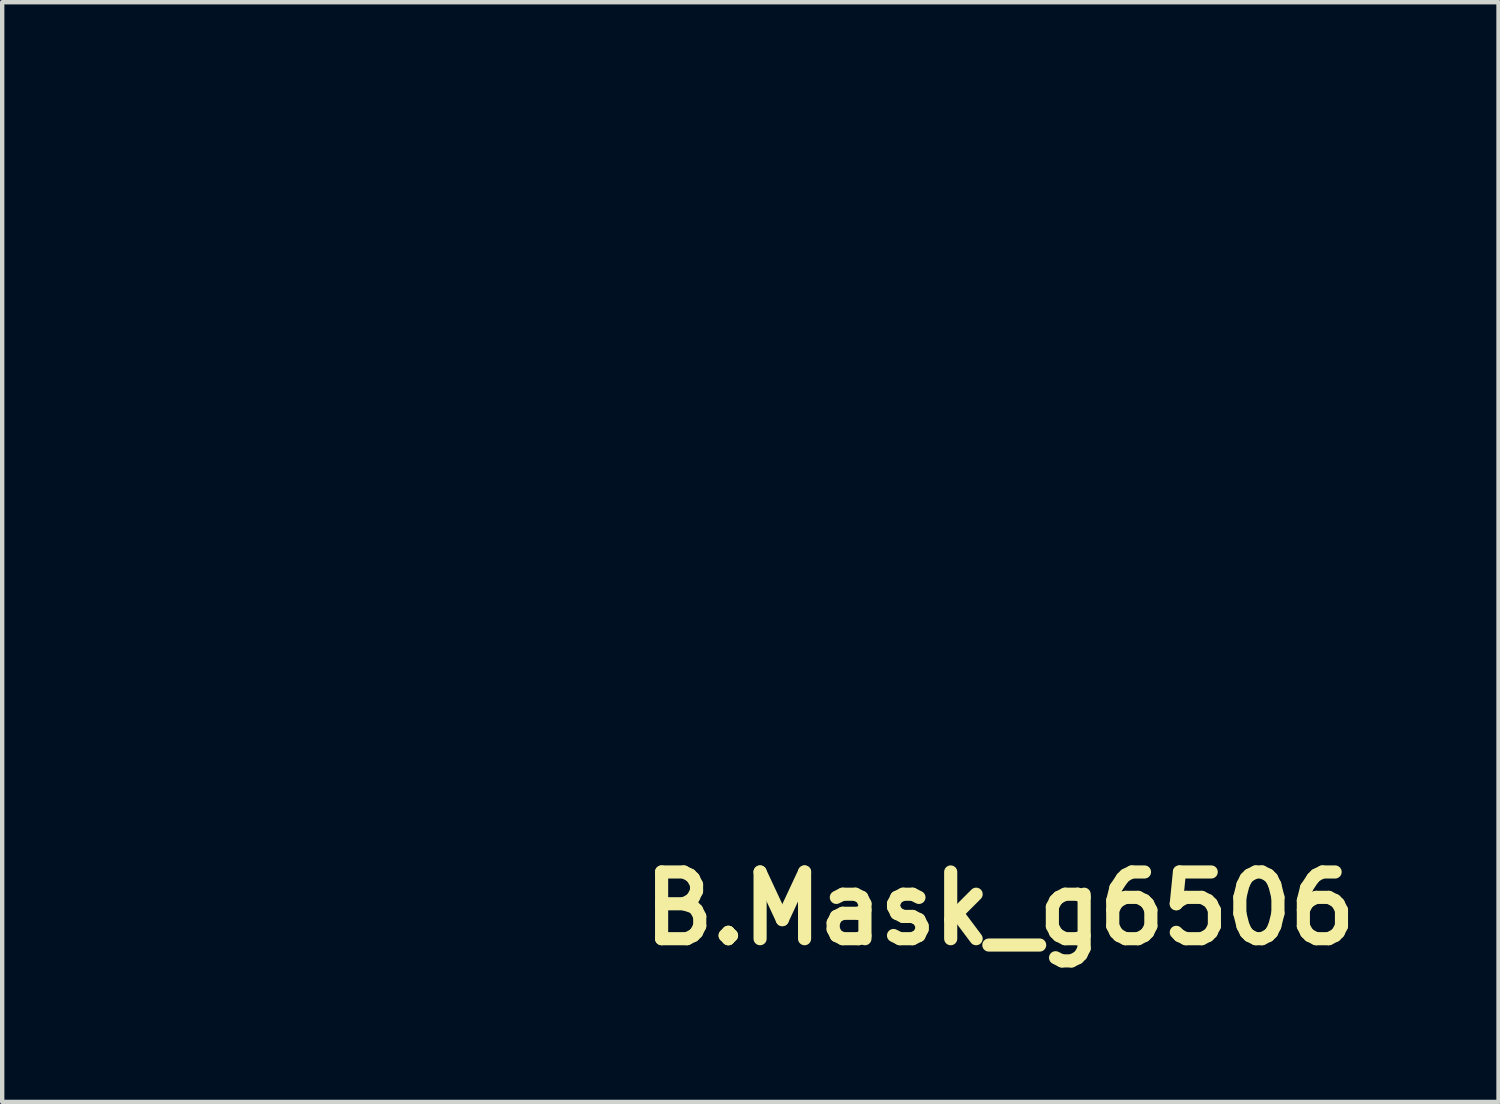
<source format=kicad_pcb>
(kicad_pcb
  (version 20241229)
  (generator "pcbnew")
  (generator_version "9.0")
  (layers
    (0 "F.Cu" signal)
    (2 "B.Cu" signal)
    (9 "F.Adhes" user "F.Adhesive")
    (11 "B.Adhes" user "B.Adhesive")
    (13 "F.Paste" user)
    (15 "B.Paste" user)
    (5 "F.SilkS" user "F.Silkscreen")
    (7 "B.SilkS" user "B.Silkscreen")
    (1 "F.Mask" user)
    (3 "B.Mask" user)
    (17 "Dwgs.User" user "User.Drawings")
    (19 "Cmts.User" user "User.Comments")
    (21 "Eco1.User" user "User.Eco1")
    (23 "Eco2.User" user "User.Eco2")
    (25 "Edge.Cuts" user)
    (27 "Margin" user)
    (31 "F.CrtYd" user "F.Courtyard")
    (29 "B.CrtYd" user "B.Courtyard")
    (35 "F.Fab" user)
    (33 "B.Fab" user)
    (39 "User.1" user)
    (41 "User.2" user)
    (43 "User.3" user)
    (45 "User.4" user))
  (footprint "B.Mask_g6506"
    (layer "F.Cu")
    (at 19.792 17.703)
    (property "Reference" "B.Mask_g6506" (at 0 0 0) (layer "F.SilkS") (effects (font (size 1.524 1.524) (thickness 0.3))))
    (attr through_hole)
    (fp_poly (pts (xy -12.852 -15.418) (xy -12.497 -15.418) (xy -12.497 -15.773) (xy -12.294 -15.773) (xy -12.294 -14.884) (xy -12.497 -14.884) (xy -12.497 -15.24) (xy -12.852 -15.24) (xy -12.852 -14.884) (xy -13.056 -14.884) (xy -13.056 -15.773) (xy -12.852 -15.773) (xy -12.852 -15.418)) (stroke (width 0.01) (type solid)) (fill yes) (layer "B.Mask"))
    (fp_poly (pts (xy -17.911 -15.403) (xy -17.92 -15.033) (xy -18.003 -14.958) (xy -18.055 -14.917) (xy -18.107 -14.895) (xy -18.176 -14.886) (xy -18.25 -14.884) (xy -18.415 -14.884) (xy -18.415 -15.06) (xy -18.269 -15.067) (xy -18.123 -15.075) (xy -18.116 -15.424) (xy -18.109 -15.773) (xy -17.903 -15.773) (xy -17.911 -15.403)) (stroke (width 0.01) (type solid)) (fill yes) (layer "B.Mask"))
    (fp_poly (pts (xy -14.396 -17.293) (xy -14.33 -17.274) (xy -14.287 -17.234) (xy -14.263 -17.165) (xy -14.252 -17.06) (xy -14.249 -16.929) (xy -14.249 -16.662) (xy -14.453 -16.662) (xy -14.453 -17.145) (xy -14.541 -17.145) (xy -14.601 -17.149) (xy -14.626 -17.171) (xy -14.63 -17.221) (xy -14.628 -17.265) (xy -14.613 -17.287) (xy -14.572 -17.296) (xy -14.493 -17.297) (xy -14.491 -17.297) (xy -14.396 -17.293)) (stroke (width 0.01) (type solid)) (fill yes) (layer "B.Mask"))
    (fp_poly (pts (xy -17.327 -15.403) (xy -17.335 -15.033) (xy -17.418 -14.958) (xy -17.471 -14.917) (xy -17.522 -14.895) (xy -17.592 -14.886) (xy -17.666 -14.884) (xy -17.831 -14.884) (xy -17.831 -15.062) (xy -17.709 -15.062) (xy -17.63 -15.068) (xy -17.572 -15.083) (xy -17.556 -15.093) (xy -17.541 -15.134) (xy -17.532 -15.223) (xy -17.527 -15.361) (xy -17.526 -15.448) (xy -17.526 -15.773) (xy -17.319 -15.773) (xy -17.327 -15.403)) (stroke (width 0.01) (type solid)) (fill yes) (layer "B.Mask"))
    (fp_poly (pts (xy -16.731 -15.103) (xy -16.693 -15.083) (xy -16.668 -15.03) (xy -16.664 -14.961) (xy -16.682 -14.903) (xy -16.689 -14.894) (xy -16.702 -14.85) (xy -16.689 -14.798) (xy -16.67 -14.74) (xy -16.662 -14.705) (xy -16.684 -14.689) (xy -16.732 -14.682) (xy -16.786 -14.684) (xy -16.821 -14.697) (xy -16.823 -14.7) (xy -16.836 -14.734) (xy -16.858 -14.799) (xy -16.875 -14.854) (xy -16.899 -14.975) (xy -16.889 -15.058) (xy -16.846 -15.104) (xy -16.795 -15.113) (xy -16.731 -15.103)) (stroke (width 0.01) (type solid)) (fill yes) (layer "B.Mask"))
    (fp_poly (pts (xy -16.688 -17.087) (xy -16.684 -16.964) (xy -16.671 -16.883) (xy -16.646 -16.837) (xy -16.603 -16.817) (xy -16.57 -16.815) (xy -16.508 -16.826) (xy -16.467 -16.864) (xy -16.444 -16.936) (xy -16.434 -17.049) (xy -16.434 -17.096) (xy -16.434 -17.297) (xy -16.256 -17.297) (xy -16.256 -17.057) (xy -16.257 -16.943) (xy -16.262 -16.867) (xy -16.273 -16.815) (xy -16.294 -16.776) (xy -16.327 -16.736) (xy -16.386 -16.682) (xy -16.453 -16.655) (xy -16.524 -16.646) (xy -16.66 -16.652) (xy -16.73 -16.677) (xy -16.804 -16.732) (xy -16.854 -16.814) (xy -16.882 -16.929) (xy -16.891 -17.086) (xy -16.891 -17.092) (xy -16.891 -17.297) (xy -16.688 -17.297) (xy -16.688 -17.087)) (stroke (width 0.01) (type solid)) (fill yes) (layer "B.Mask"))
    (fp_poly (pts (xy -17.19 -17.277) (xy -17.089 -17.217) (xy -17.021 -17.124) (xy -16.993 -17.001) (xy -16.993 -16.98) (xy -17.014 -16.853) (xy -17.076 -16.755) (xy -17.173 -16.69) (xy -17.3 -16.663) (xy -17.322 -16.662) (xy -17.387 -16.665) (xy -17.417 -16.681) (xy -17.424 -16.721) (xy -17.424 -16.739) (xy -17.418 -16.793) (xy -17.389 -16.813) (xy -17.36 -16.815) (xy -17.297 -16.833) (xy -17.233 -16.878) (xy -17.185 -16.935) (xy -17.17 -16.98) (xy -17.192 -17.035) (xy -17.243 -17.09) (xy -17.308 -17.132) (xy -17.36 -17.145) (xy -17.406 -17.153) (xy -17.423 -17.187) (xy -17.424 -17.221) (xy -17.42 -17.27) (xy -17.399 -17.292) (xy -17.346 -17.297) (xy -17.322 -17.297) (xy -17.19 -17.277)) (stroke (width 0.01) (type solid)) (fill yes) (layer "B.Mask"))
    (fp_poly (pts (xy -18.9 -15.769) (xy -18.74 -15.737) (xy -18.615 -15.67) (xy -18.527 -15.569) (xy -18.478 -15.439) (xy -18.471 -15.292) (xy -18.503 -15.144) (xy -18.575 -15.026) (xy -18.683 -14.942) (xy -18.822 -14.894) (xy -18.929 -14.885) (xy -19.05 -14.884) (xy -19.05 -14.973) (xy -19.046 -15.033) (xy -19.024 -15.057) (xy -18.969 -15.062) (xy -18.96 -15.062) (xy -18.858 -15.078) (xy -18.765 -15.119) (xy -18.702 -15.177) (xy -18.695 -15.188) (xy -18.677 -15.246) (xy -18.669 -15.323) (xy -18.669 -15.329) (xy -18.676 -15.405) (xy -18.693 -15.467) (xy -18.695 -15.47) (xy -18.752 -15.53) (xy -18.84 -15.574) (xy -18.942 -15.595) (xy -18.96 -15.596) (xy -19.02 -15.599) (xy -19.045 -15.62) (xy -19.05 -15.674) (xy -19.05 -15.688) (xy -19.05 -15.78) (xy -18.9 -15.769)) (stroke (width 0.01) (type solid)) (fill yes) (layer "B.Mask"))
    (fp_poly (pts (xy -15.115 -15.769) (xy -14.956 -15.737) (xy -14.831 -15.67) (xy -14.742 -15.569) (xy -14.694 -15.439) (xy -14.686 -15.292) (xy -14.719 -15.144) (xy -14.791 -15.026) (xy -14.898 -14.942) (xy -15.038 -14.894) (xy -15.145 -14.885) (xy -15.265 -14.884) (xy -15.265 -14.973) (xy -15.262 -15.033) (xy -15.24 -15.057) (xy -15.184 -15.062) (xy -15.175 -15.062) (xy -15.073 -15.078) (xy -14.981 -15.119) (xy -14.917 -15.177) (xy -14.911 -15.188) (xy -14.893 -15.246) (xy -14.884 -15.323) (xy -14.884 -15.329) (xy -14.892 -15.405) (xy -14.909 -15.467) (xy -14.911 -15.47) (xy -14.967 -15.53) (xy -15.056 -15.574) (xy -15.157 -15.595) (xy -15.175 -15.596) (xy -15.235 -15.599) (xy -15.26 -15.62) (xy -15.265 -15.674) (xy -15.265 -15.688) (xy -15.265 -15.78) (xy -15.115 -15.769)) (stroke (width 0.01) (type solid)) (fill yes) (layer "B.Mask"))
    (fp_poly (pts (xy -19.583 -17.087) (xy -19.58 -16.964) (xy -19.567 -16.883) (xy -19.541 -16.837) (xy -19.499 -16.817) (xy -19.466 -16.815) (xy -19.404 -16.826) (xy -19.363 -16.864) (xy -19.339 -16.936) (xy -19.33 -17.049) (xy -19.329 -17.096) (xy -19.329 -17.297) (xy -19.152 -17.297) (xy -19.152 -17.058) (xy -19.153 -16.944) (xy -19.158 -16.867) (xy -19.17 -16.815) (xy -19.191 -16.774) (xy -19.217 -16.741) (xy -19.268 -16.691) (xy -19.311 -16.664) (xy -19.319 -16.662) (xy -19.342 -16.646) (xy -19.353 -16.592) (xy -19.355 -16.535) (xy -19.355 -16.408) (xy -19.558 -16.408) (xy -19.558 -16.53) (xy -19.561 -16.605) (xy -19.576 -16.646) (xy -19.611 -16.671) (xy -19.635 -16.68) (xy -19.703 -16.726) (xy -19.751 -16.807) (xy -19.778 -16.927) (xy -19.787 -17.091) (xy -19.787 -17.093) (xy -19.787 -17.297) (xy -19.583 -17.297) (xy -19.583 -17.087)) (stroke (width 0.01) (type solid)) (fill yes) (layer "B.Mask"))
    (fp_poly (pts (xy -14.914 -17.302) (xy -14.807 -17.249) (xy -14.718 -17.157) (xy -14.706 -17.139) (xy -14.664 -17.027) (xy -14.666 -16.914) (xy -14.707 -16.809) (xy -14.78 -16.722) (xy -14.88 -16.662) (xy -15.002 -16.637) (xy -15.011 -16.637) (xy -15.097 -16.65) (xy -15.182 -16.681) (xy -15.188 -16.683) (xy -15.284 -16.762) (xy -15.344 -16.866) (xy -15.362 -16.98) (xy -15.164 -16.98) (xy -15.143 -16.899) (xy -15.089 -16.839) (xy -15.014 -16.815) (xy -15.011 -16.815) (xy -14.933 -16.837) (xy -14.899 -16.871) (xy -14.865 -16.953) (xy -14.869 -17.034) (xy -14.907 -17.101) (xy -14.972 -17.14) (xy -15.011 -17.145) (xy -15.086 -17.122) (xy -15.141 -17.063) (xy -15.164 -16.983) (xy -15.164 -16.98) (xy -15.362 -16.98) (xy -15.362 -16.985) (xy -15.337 -17.108) (xy -15.321 -17.143) (xy -15.244 -17.239) (xy -15.143 -17.298) (xy -15.03 -17.319) (xy -14.914 -17.302)) (stroke (width 0.01) (type solid)) (fill yes) (layer "B.Mask"))
    (fp_poly (pts (xy -13.369 -15.525) (xy -13.263 -15.467) (xy -13.194 -15.375) (xy -13.162 -15.251) (xy -13.164 -15.158) (xy -13.196 -15.04) (xy -13.263 -14.947) (xy -13.355 -14.888) (xy -13.464 -14.869) (xy -13.525 -14.877) (xy -13.584 -14.9) (xy -13.608 -14.916) (xy -13.635 -14.927) (xy -13.64 -14.913) (xy -13.663 -14.894) (xy -13.721 -14.885) (xy -13.741 -14.884) (xy -13.843 -14.884) (xy -13.843 -15.089) (xy -13.834 -15.215) (xy -13.64 -15.215) (xy -13.622 -15.128) (xy -13.576 -15.068) (xy -13.512 -15.041) (xy -13.441 -15.055) (xy -13.407 -15.079) (xy -13.374 -15.136) (xy -13.361 -15.213) (xy -13.369 -15.29) (xy -13.399 -15.342) (xy -13.471 -15.375) (xy -13.544 -15.366) (xy -13.604 -15.322) (xy -13.637 -15.249) (xy -13.64 -15.215) (xy -13.834 -15.215) (xy -13.83 -15.26) (xy -13.791 -15.389) (xy -13.724 -15.478) (xy -13.628 -15.529) (xy -13.507 -15.545) (xy -13.369 -15.525)) (stroke (width 0.01) (type solid)) (fill yes) (layer "B.Mask"))
    (fp_poly (pts (xy -18.364 -17.219) (xy -18.365 -17.068) (xy -18.369 -16.958) (xy -18.377 -16.881) (xy -18.389 -16.827) (xy -18.407 -16.788) (xy -18.408 -16.787) (xy -18.484 -16.704) (xy -18.589 -16.654) (xy -18.71 -16.64) (xy -18.833 -16.665) (xy -18.872 -16.681) (xy -18.953 -16.748) (xy -19.012 -16.846) (xy -19.042 -16.96) (xy -19.041 -16.98) (xy -18.847 -16.98) (xy -18.827 -16.904) (xy -18.778 -16.847) (xy -18.713 -16.817) (xy -18.645 -16.819) (xy -18.591 -16.855) (xy -18.567 -16.908) (xy -18.557 -16.98) (xy -18.557 -16.98) (xy -18.574 -17.073) (xy -18.624 -17.129) (xy -18.696 -17.145) (xy -18.769 -17.122) (xy -18.824 -17.064) (xy -18.847 -16.984) (xy -18.847 -16.98) (xy -19.041 -16.98) (xy -19.039 -17.054) (xy -18.999 -17.16) (xy -18.928 -17.244) (xy -18.837 -17.3) (xy -18.738 -17.323) (xy -18.64 -17.306) (xy -18.606 -17.287) (xy -18.542 -17.245) (xy -18.542 -17.577) (xy -18.364 -17.577) (xy -18.364 -17.219)) (stroke (width 0.01) (type solid)) (fill yes) (layer "B.Mask"))
    (fp_poly (pts (xy -13.709 -17.306) (xy -13.657 -17.288) (xy -13.587 -17.248) (xy -13.535 -17.191) (xy -13.498 -17.108) (xy -13.476 -16.995) (xy -13.465 -16.843) (xy -13.463 -16.707) (xy -13.462 -16.383) (xy -13.665 -16.383) (xy -13.665 -16.687) (xy -13.73 -16.662) (xy -13.849 -16.64) (xy -13.961 -16.66) (xy -14.056 -16.718) (xy -14.109 -16.789) (xy -14.132 -16.859) (xy -14.146 -16.952) (xy -14.147 -16.98) (xy -13.955 -16.98) (xy -13.945 -16.909) (xy -13.921 -16.855) (xy -13.921 -16.855) (xy -13.863 -16.82) (xy -13.79 -16.819) (xy -13.724 -16.85) (xy -13.705 -16.871) (xy -13.671 -16.953) (xy -13.676 -17.034) (xy -13.713 -17.1) (xy -13.777 -17.14) (xy -13.816 -17.145) (xy -13.894 -17.125) (xy -13.941 -17.066) (xy -13.955 -16.98) (xy -14.147 -16.98) (xy -14.148 -16.992) (xy -14.142 -17.079) (xy -14.119 -17.142) (xy -14.068 -17.207) (xy -14.064 -17.211) (xy -13.962 -17.288) (xy -13.841 -17.32) (xy -13.709 -17.306)) (stroke (width 0.01) (type solid)) (fill yes) (layer "B.Mask"))
    (fp_poly (pts (xy -15.567 -15.528) (xy -15.471 -15.477) (xy -15.4 -15.395) (xy -15.355 -15.29) (xy -15.347 -15.174) (xy -15.371 -15.061) (xy -15.427 -14.967) (xy -15.474 -14.925) (xy -15.554 -14.888) (xy -15.643 -14.869) (xy -15.716 -14.874) (xy -15.723 -14.876) (xy -15.773 -14.905) (xy -15.805 -14.93) (xy -15.839 -14.955) (xy -15.849 -14.943) (xy -15.85 -14.926) (xy -15.865 -14.896) (xy -15.916 -14.885) (xy -15.938 -14.884) (xy -16.027 -14.884) (xy -16.027 -15.09) (xy -16.017 -15.255) (xy -15.82 -15.255) (xy -15.819 -15.175) (xy -15.794 -15.102) (xy -15.747 -15.051) (xy -15.699 -15.037) (xy -15.648 -15.051) (xy -15.601 -15.076) (xy -15.555 -15.136) (xy -15.545 -15.198) (xy -15.562 -15.294) (xy -15.611 -15.354) (xy -15.684 -15.373) (xy -15.751 -15.358) (xy -15.79 -15.327) (xy -15.82 -15.255) (xy -16.017 -15.255) (xy -16.016 -15.26) (xy -15.982 -15.387) (xy -15.921 -15.474) (xy -15.832 -15.525) (xy -15.711 -15.544) (xy -15.692 -15.544) (xy -15.567 -15.528)) (stroke (width 0.01) (type solid)) (fill yes) (layer "B.Mask"))
    (fp_poly (pts (xy -13.97 -14.884) (xy -14.173 -14.884) (xy -14.173 -15.011) (xy -14.175 -15.087) (xy -14.186 -15.125) (xy -14.211 -15.137) (xy -14.231 -15.138) (xy -14.32 -15.117) (xy -14.38 -15.058) (xy -14.402 -14.972) (xy -14.402 -14.972) (xy -14.405 -14.916) (xy -14.424 -14.891) (xy -14.474 -14.885) (xy -14.503 -14.884) (xy -14.568 -14.887) (xy -14.597 -14.904) (xy -14.605 -14.947) (xy -14.605 -14.975) (xy -14.59 -15.073) (xy -14.552 -15.163) (xy -14.5 -15.227) (xy -14.486 -15.236) (xy -14.465 -15.254) (xy -14.465 -15.281) (xy -14.489 -15.329) (xy -14.524 -15.385) (xy -14.568 -15.456) (xy -14.597 -15.508) (xy -14.605 -15.528) (xy -14.582 -15.539) (xy -14.526 -15.544) (xy -14.506 -15.545) (xy -14.448 -15.541) (xy -14.406 -15.522) (xy -14.366 -15.478) (xy -14.326 -15.418) (xy -14.269 -15.336) (xy -14.227 -15.295) (xy -14.199 -15.298) (xy -14.183 -15.346) (xy -14.175 -15.442) (xy -14.173 -15.545) (xy -14.173 -15.799) (xy -13.97 -15.799) (xy -13.97 -14.884)) (stroke (width 0.01) (type solid)) (fill yes) (layer "B.Mask"))
    (fp_poly (pts (xy -16.242 -15.694) (xy -16.213 -15.678) (xy -16.205 -15.637) (xy -16.205 -15.621) (xy -16.197 -15.565) (xy -16.168 -15.546) (xy -16.154 -15.545) (xy -16.119 -15.535) (xy -16.105 -15.496) (xy -16.104 -15.456) (xy -16.109 -15.395) (xy -16.131 -15.37) (xy -16.154 -15.367) (xy -16.181 -15.362) (xy -16.196 -15.342) (xy -16.203 -15.294) (xy -16.205 -15.208) (xy -16.205 -15.181) (xy -16.213 -15.052) (xy -16.24 -14.965) (xy -16.291 -14.913) (xy -16.374 -14.889) (xy -16.454 -14.884) (xy -16.586 -14.884) (xy -16.586 -14.973) (xy -16.582 -15.033) (xy -16.56 -15.057) (xy -16.504 -15.062) (xy -16.497 -15.062) (xy -16.408 -15.062) (xy -16.408 -15.367) (xy -16.497 -15.367) (xy -16.557 -15.371) (xy -16.581 -15.393) (xy -16.586 -15.449) (xy -16.586 -15.456) (xy -16.582 -15.515) (xy -16.56 -15.54) (xy -16.504 -15.545) (xy -16.497 -15.545) (xy -16.438 -15.549) (xy -16.413 -15.571) (xy -16.408 -15.621) (xy -16.404 -15.67) (xy -16.383 -15.692) (xy -16.329 -15.697) (xy -16.307 -15.697) (xy -16.242 -15.694)) (stroke (width 0.01) (type solid)) (fill yes) (layer "B.Mask"))
    (fp_poly (pts (xy -17.588 -17.473) (xy -17.559 -17.456) (xy -17.552 -17.413) (xy -17.551 -17.386) (xy -17.546 -17.325) (xy -17.524 -17.3) (xy -17.501 -17.297) (xy -17.463 -17.285) (xy -17.45 -17.241) (xy -17.45 -17.221) (xy -17.458 -17.165) (xy -17.488 -17.145) (xy -17.498 -17.145) (xy -17.522 -17.139) (xy -17.538 -17.116) (xy -17.547 -17.065) (xy -17.554 -16.976) (xy -17.555 -16.94) (xy -17.565 -16.817) (xy -17.587 -16.737) (xy -17.627 -16.69) (xy -17.693 -16.668) (xy -17.794 -16.662) (xy -17.798 -16.662) (xy -17.876 -16.664) (xy -17.916 -16.673) (xy -17.93 -16.697) (xy -17.932 -16.739) (xy -17.927 -16.79) (xy -17.902 -16.811) (xy -17.843 -16.815) (xy -17.755 -16.815) (xy -17.755 -17.145) (xy -17.843 -17.145) (xy -17.903 -17.149) (xy -17.928 -17.171) (xy -17.932 -17.221) (xy -17.927 -17.272) (xy -17.902 -17.293) (xy -17.843 -17.297) (xy -17.784 -17.301) (xy -17.759 -17.324) (xy -17.755 -17.38) (xy -17.755 -17.386) (xy -17.752 -17.443) (xy -17.733 -17.469) (xy -17.683 -17.475) (xy -17.653 -17.475) (xy -17.588 -17.473)) (stroke (width 0.01) (type solid)) (fill yes) (layer "B.Mask"))
    (fp_poly (pts (xy -15.926 -17.422) (xy -15.924 -17.337) (xy -15.918 -17.293) (xy -15.903 -17.281) (xy -15.881 -17.288) (xy -15.83 -17.3) (xy -15.752 -17.308) (xy -15.714 -17.309) (xy -15.632 -17.304) (xy -15.577 -17.283) (xy -15.524 -17.235) (xy -15.518 -17.228) (xy -15.467 -17.153) (xy -15.432 -17.071) (xy -15.429 -17.056) (xy -15.428 -16.957) (xy -15.456 -16.851) (xy -15.503 -16.757) (xy -15.561 -16.696) (xy -15.652 -16.659) (xy -15.765 -16.645) (xy -15.876 -16.654) (xy -15.94 -16.675) (xy -15.999 -16.711) (xy -16.043 -16.756) (xy -16.072 -16.817) (xy -16.091 -16.902) (xy -16.097 -16.98) (xy -15.911 -16.98) (xy -15.901 -16.909) (xy -15.877 -16.855) (xy -15.877 -16.855) (xy -15.819 -16.82) (xy -15.746 -16.819) (xy -15.68 -16.85) (xy -15.661 -16.871) (xy -15.627 -16.953) (xy -15.631 -17.034) (xy -15.668 -17.1) (xy -15.732 -17.14) (xy -15.772 -17.145) (xy -15.85 -17.125) (xy -15.897 -17.066) (xy -15.911 -16.98) (xy -16.097 -16.98) (xy -16.1 -17.019) (xy -16.104 -17.178) (xy -16.104 -17.219) (xy -16.104 -17.577) (xy -15.926 -17.577) (xy -15.926 -17.422)) (stroke (width 0.01) (type solid)) (fill yes) (layer "B.Mask"))
    (fp_poly (pts (xy -12.558 -17.521) (xy -12.539 -17.505) (xy -12.519 -17.469) (xy -12.485 -17.396) (xy -12.443 -17.296) (xy -12.395 -17.178) (xy -12.346 -17.054) (xy -12.3 -16.933) (xy -12.261 -16.825) (xy -12.232 -16.741) (xy -12.218 -16.691) (xy -12.217 -16.685) (xy -12.24 -16.671) (xy -12.296 -16.663) (xy -12.317 -16.662) (xy -12.384 -16.668) (xy -12.42 -16.691) (xy -12.442 -16.739) (xy -12.458 -16.777) (xy -12.478 -16.8) (xy -12.517 -16.811) (xy -12.585 -16.814) (xy -12.662 -16.815) (xy -12.76 -16.814) (xy -12.819 -16.809) (xy -12.852 -16.795) (xy -12.87 -16.769) (xy -12.882 -16.739) (xy -12.904 -16.691) (xy -12.937 -16.669) (xy -12.999 -16.663) (xy -13.02 -16.662) (xy -13.087 -16.664) (xy -13.127 -16.667) (xy -13.131 -16.669) (xy -13.121 -16.709) (xy -13.095 -16.784) (xy -13.057 -16.886) (xy -13.011 -17.003) (xy -12.997 -17.039) (xy -12.776 -17.039) (xy -12.753 -17.026) (xy -12.696 -17.019) (xy -12.66 -17.018) (xy -12.59 -17.02) (xy -12.559 -17.03) (xy -12.557 -17.056) (xy -12.562 -17.075) (xy -12.608 -17.215) (xy -12.643 -17.308) (xy -12.667 -17.355) (xy -12.68 -17.359) (xy -12.695 -17.322) (xy -12.718 -17.255) (xy -12.742 -17.175) (xy -12.763 -17.1) (xy -12.775 -17.049) (xy -12.776 -17.039) (xy -12.997 -17.039) (xy -12.961 -17.128) (xy -12.91 -17.25) (xy -12.863 -17.36) (xy -12.824 -17.447) (xy -12.796 -17.504) (xy -12.785 -17.519) (xy -12.713 -17.547) (xy -12.63 -17.547) (xy -12.558 -17.521)) (stroke (width 0.01) (type solid)) (fill yes) (layer "B.Mask"))
    (fp_poly (pts (xy -9.735 -17.683) (xy -9.479 -17.623) (xy -9.239 -17.521) (xy -9.019 -17.38) (xy -8.825 -17.202) (xy -8.661 -16.992) (xy -8.532 -16.751) (xy -8.468 -16.573) (xy -8.44 -16.448) (xy -8.426 -16.296) (xy -8.424 -16.154) (xy -8.448 -15.871) (xy -8.517 -15.611) (xy -8.631 -15.373) (xy -8.792 -15.154) (xy -8.917 -15.026) (xy -9.057 -14.917) (xy -9.225 -14.814) (xy -9.403 -14.729) (xy -9.573 -14.67) (xy -9.622 -14.658) (xy -9.756 -14.64) (xy -9.916 -14.633) (xy -10.082 -14.637) (xy -10.235 -14.651) (xy -10.338 -14.67) (xy -10.58 -14.758) (xy -10.807 -14.886) (xy -11.011 -15.049) (xy -11.183 -15.24) (xy -11.31 -15.443) (xy -11.394 -15.628) (xy -11.446 -15.799) (xy -11.474 -15.976) (xy -11.48 -16.155) (xy -11.475 -16.244) (xy -11.328 -16.244) (xy -11.32 -15.998) (xy -11.268 -15.761) (xy -11.176 -15.537) (xy -11.047 -15.332) (xy -10.885 -15.151) (xy -10.693 -15) (xy -10.475 -14.885) (xy -10.233 -14.811) (xy -10.223 -14.809) (xy -10.072 -14.79) (xy -9.9 -14.787) (xy -9.736 -14.8) (xy -9.672 -14.811) (xy -9.433 -14.885) (xy -9.213 -15.004) (xy -9.016 -15.162) (xy -8.848 -15.353) (xy -8.714 -15.572) (xy -8.626 -15.797) (xy -8.6 -15.932) (xy -8.587 -16.095) (xy -8.589 -16.268) (xy -8.606 -16.431) (xy -8.625 -16.524) (xy -8.71 -16.755) (xy -8.84 -16.968) (xy -9.007 -17.155) (xy -9.205 -17.312) (xy -9.431 -17.433) (xy -9.588 -17.49) (xy -9.76 -17.523) (xy -9.955 -17.533) (xy -10.153 -17.521) (xy -10.333 -17.487) (xy -10.365 -17.478) (xy -10.594 -17.38) (xy -10.803 -17.239) (xy -10.985 -17.062) (xy -11.135 -16.856) (xy -11.246 -16.627) (xy -11.288 -16.492) (xy -11.328 -16.244) (xy -11.475 -16.244) (xy -11.463 -16.422) (xy -11.409 -16.66) (xy -11.314 -16.877) (xy -11.175 -17.083) (xy -11.037 -17.237) (xy -10.836 -17.413) (xy -10.626 -17.544) (xy -10.399 -17.634) (xy -10.274 -17.666) (xy -10.002 -17.698) (xy -9.735 -17.683)) (stroke (width 0.01) (type solid)) (fill yes) (layer "B.Mask"))
    (fp_poly (pts (xy -9.919 -17.467) (xy -9.884 -17.421) (xy -9.835 -17.332) (xy -9.827 -17.316) (xy -9.797 -17.257) (xy -9.791 -17.229) (xy -9.809 -17.222) (xy -9.829 -17.221) (xy -9.856 -17.216) (xy -9.872 -17.195) (xy -9.879 -17.146) (xy -9.881 -17.058) (xy -9.881 -17.046) (xy -9.881 -16.87) (xy -9.751 -16.904) (xy -9.653 -16.934) (xy -9.605 -16.959) (xy -9.606 -16.979) (xy -9.62 -16.985) (xy -9.641 -17.017) (xy -9.651 -17.086) (xy -9.652 -17.109) (xy -9.652 -17.221) (xy -9.423 -17.221) (xy -9.423 -17.107) (xy -9.428 -17.039) (xy -9.441 -16.998) (xy -9.449 -16.993) (xy -9.468 -16.971) (xy -9.474 -16.931) (xy -9.481 -16.899) (xy -9.505 -16.873) (xy -9.555 -16.848) (xy -9.637 -16.821) (xy -9.759 -16.788) (xy -9.811 -16.776) (xy -9.867 -16.747) (xy -9.875 -16.703) (xy -9.836 -16.643) (xy -9.83 -16.637) (xy -9.786 -16.565) (xy -9.785 -16.492) (xy -9.823 -16.43) (xy -9.893 -16.391) (xy -9.952 -16.383) (xy -10.027 -16.4) (xy -10.074 -16.448) (xy -10.102 -16.506) (xy -10.094 -16.561) (xy -10.088 -16.575) (xy -10.053 -16.628) (xy -10.021 -16.653) (xy -9.985 -16.686) (xy -9.988 -16.728) (xy -10.025 -16.765) (xy -10.052 -16.775) (xy -10.196 -16.811) (xy -10.295 -16.842) (xy -10.356 -16.87) (xy -10.384 -16.897) (xy -10.389 -16.914) (xy -10.407 -16.969) (xy -10.427 -16.993) (xy -10.457 -17.046) (xy -10.463 -17.117) (xy -10.443 -17.179) (xy -10.434 -17.191) (xy -10.387 -17.214) (xy -10.338 -17.221) (xy -10.276 -17.21) (xy -10.241 -17.191) (xy -10.214 -17.133) (xy -10.217 -17.059) (xy -10.248 -16.994) (xy -10.25 -16.992) (xy -10.269 -16.964) (xy -10.259 -16.946) (xy -10.211 -16.929) (xy -10.177 -16.92) (xy -10.099 -16.899) (xy -10.037 -16.881) (xy -10.024 -16.876) (xy -10.002 -16.874) (xy -9.989 -16.895) (xy -9.984 -16.948) (xy -9.982 -17.041) (xy -9.983 -17.134) (xy -9.988 -17.188) (xy -10.002 -17.214) (xy -10.027 -17.221) (xy -10.044 -17.221) (xy -10.107 -17.221) (xy -10.026 -17.362) (xy -9.982 -17.435) (xy -9.949 -17.471) (xy -9.919 -17.467)) (stroke (width 0.01) (type solid)) (fill yes) (layer "B.Mask"))
    (fp_poly (pts (xy -10.668 -16.509) (xy -10.592 -16.462) (xy -10.486 -16.384) (xy -10.462 -16.366) (xy -10.386 -16.308) (xy -10.335 -16.278) (xy -10.297 -16.27) (xy -10.258 -16.28) (xy -10.246 -16.285) (xy -10.177 -16.301) (xy -10.074 -16.31) (xy -9.953 -16.314) (xy -9.831 -16.311) (xy -9.724 -16.302) (xy -9.648 -16.287) (xy -9.641 -16.284) (xy -9.581 -16.267) (xy -9.534 -16.281) (xy -9.501 -16.304) (xy -9.36 -16.411) (xy -9.254 -16.482) (xy -9.181 -16.517) (xy -9.142 -16.518) (xy -9.14 -16.516) (xy -9.127 -16.481) (xy -9.11 -16.407) (xy -9.093 -16.302) (xy -9.076 -16.178) (xy -9.073 -16.156) (xy -9.056 -16.019) (xy -9.042 -15.925) (xy -9.029 -15.868) (xy -9.015 -15.84) (xy -8.998 -15.834) (xy -8.994 -15.834) (xy -8.937 -15.851) (xy -8.896 -15.862) (xy -8.85 -15.865) (xy -8.838 -15.844) (xy -8.857 -15.811) (xy -8.906 -15.778) (xy -8.915 -15.773) (xy -8.976 -15.742) (xy -8.986 -15.719) (xy -8.947 -15.708) (xy -8.897 -15.707) (xy -8.83 -15.703) (xy -8.799 -15.68) (xy -8.793 -15.662) (xy -8.795 -15.63) (xy -8.813 -15.633) (xy -8.87 -15.645) (xy -8.927 -15.625) (xy -8.963 -15.581) (xy -8.966 -15.56) (xy -8.987 -15.5) (xy -9.041 -15.426) (xy -9.119 -15.349) (xy -9.21 -15.281) (xy -9.273 -15.245) (xy -9.469 -15.172) (xy -9.692 -15.123) (xy -9.923 -15.103) (xy -10.144 -15.112) (xy -10.156 -15.114) (xy -10.327 -15.145) (xy -10.475 -15.19) (xy -10.619 -15.254) (xy -10.704 -15.308) (xy -10.788 -15.378) (xy -10.86 -15.453) (xy -10.908 -15.523) (xy -10.922 -15.569) (xy -10.936 -15.6) (xy -9.994 -15.6) (xy -9.982 -15.583) (xy -9.953 -15.551) (xy -9.944 -15.545) (xy -9.925 -15.561) (xy -9.906 -15.583) (xy -9.891 -15.61) (xy -9.914 -15.62) (xy -9.944 -15.621) (xy -9.991 -15.617) (xy -9.994 -15.6) (xy -10.936 -15.6) (xy -10.943 -15.615) (xy -10.996 -15.638) (xy -11.061 -15.631) (xy -11.094 -15.627) (xy -11.095 -15.662) (xy -11.079 -15.693) (xy -11.038 -15.705) (xy -10.978 -15.705) (xy -10.902 -15.708) (xy -10.875 -15.723) (xy -10.896 -15.747) (xy -10.96 -15.773) (xy -11.018 -15.801) (xy -11.048 -15.833) (xy -11.049 -15.839) (xy -11.04 -15.868) (xy -11.005 -15.872) (xy -10.935 -15.85) (xy -10.933 -15.849) (xy -10.881 -15.833) (xy -10.856 -15.831) (xy -10.851 -15.853) (xy -10.452 -15.853) (xy -10.392 -15.801) (xy -10.326 -15.761) (xy -10.261 -15.75) (xy -10.213 -15.768) (xy -10.202 -15.786) (xy -10.206 -15.818) (xy -10.207 -15.818) (xy -9.693 -15.818) (xy -9.683 -15.793) (xy -9.677 -15.786) (xy -9.62 -15.752) (xy -9.551 -15.758) (xy -9.486 -15.801) (xy -9.484 -15.803) (xy -9.436 -15.857) (xy -9.522 -15.841) (xy -9.597 -15.829) (xy -9.658 -15.824) (xy -9.658 -15.824) (xy -9.693 -15.818) (xy -10.207 -15.818) (xy -10.234 -15.824) (xy -10.291 -15.828) (xy -10.365 -15.839) (xy -10.366 -15.839) (xy -10.452 -15.853) (xy -10.851 -15.853) (xy -10.85 -15.858) (xy -10.84 -15.926) (xy -10.827 -16.024) (xy -10.812 -16.145) (xy -10.809 -16.166) (xy -10.793 -16.291) (xy -10.777 -16.397) (xy -10.761 -16.475) (xy -10.749 -16.515) (xy -10.748 -16.517) (xy -10.718 -16.526) (xy -10.668 -16.509)) (stroke (width 0.01) (type solid)) (fill yes) (layer "B.Mask")))
  (gr_rect
    (start -3 -3)
    (end 31.181 22.121)
    (stroke (width 0.1) (type default))
    (fill no)
    (layer "Edge.Cuts")))
</source>
